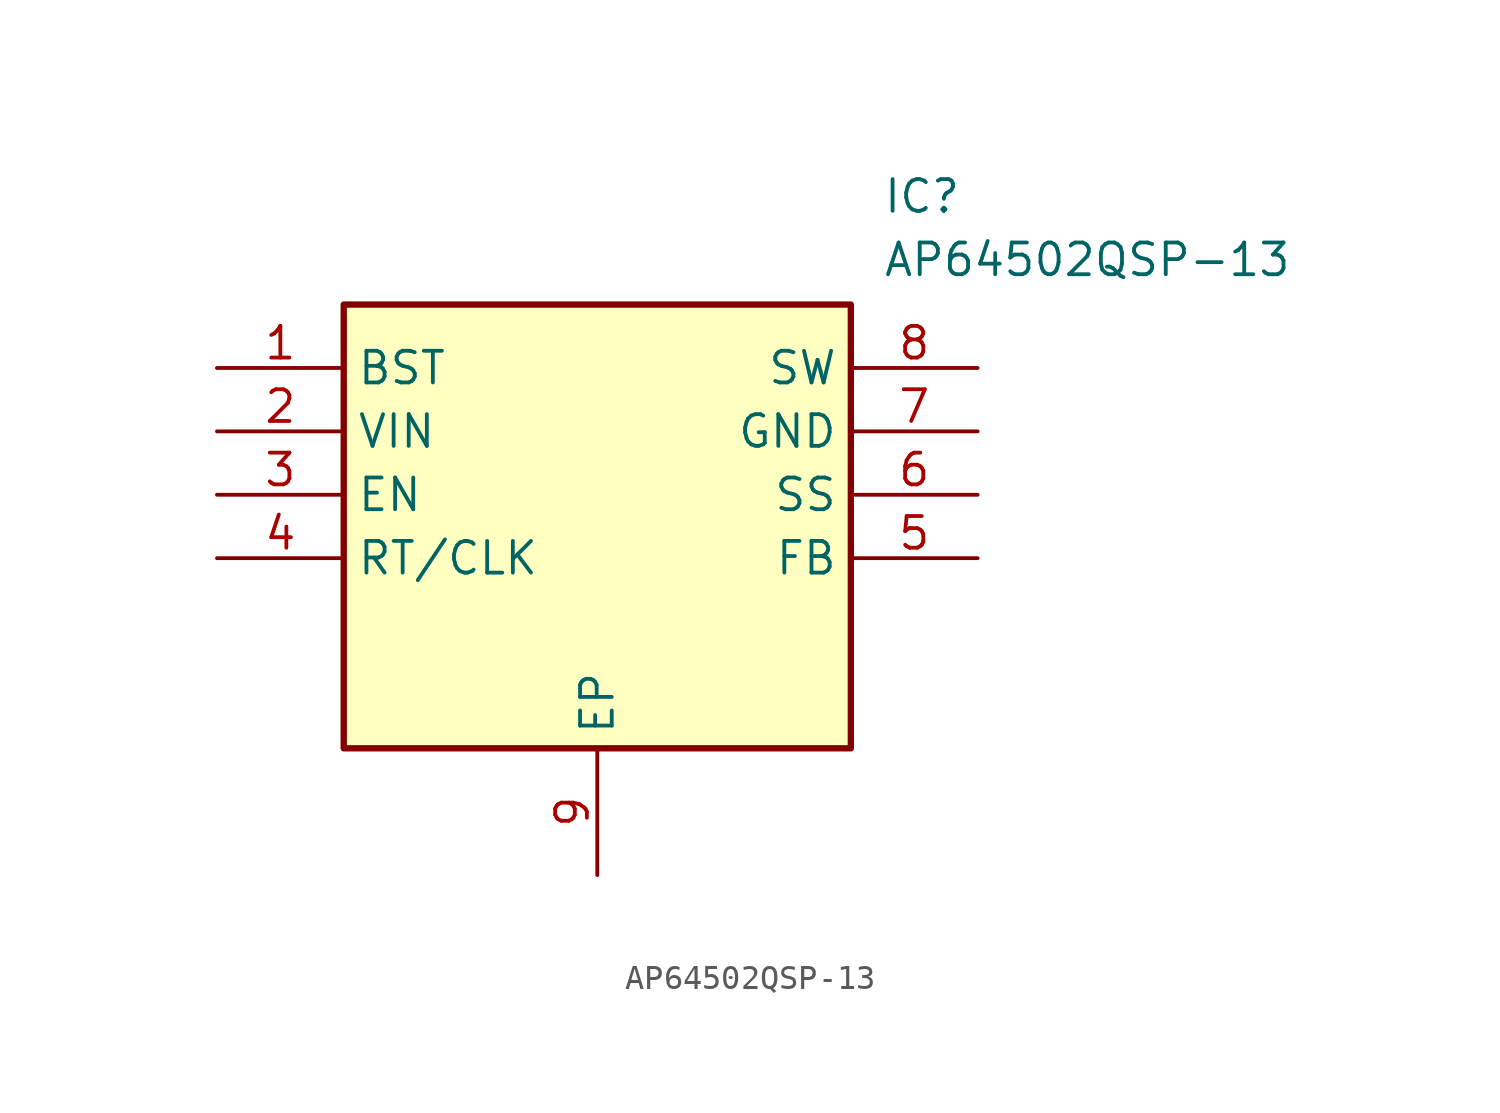
<source format=kicad_sym>
(kicad_symbol_lib
  (version 20211014)
  (generator SamacSys_ECAD_Model)
  (symbol "AP64502QSP-13"
    (property "Reference" "IC"
      (at 26.67 7.62 0)
      (effects (font (size 1.27 1.27)) (justify left top)))
    (property "Value" "AP64502QSP-13"
      (at 26.67 5.08 0)
      (effects (font (size 1.27 1.27)) (justify left top)))
    (rectangle
      (start 5.08 2.54)
      (end 25.4 -15.24)
      (stroke (width 0.254) (type default))
      (fill (type background)))
    (pin passive line
      (at 0 0 0)
      (length 5.08)
      (name "BST" (effects (font (size 1.27 1.27))))
      (number "1" (effects (font (size 1.27 1.27)))))
    (pin passive line
      (at 0 -2.54 0)
      (length 5.08)
      (name "VIN" (effects (font (size 1.27 1.27))))
      (number "2" (effects (font (size 1.27 1.27)))))
    (pin passive line
      (at 0 -5.08 0)
      (length 5.08)
      (name "EN" (effects (font (size 1.27 1.27))))
      (number "3" (effects (font (size 1.27 1.27)))))
    (pin passive line
      (at 0 -7.62 0)
      (length 5.08)
      (name "RT/CLK" (effects (font (size 1.27 1.27))))
      (number "4" (effects (font (size 1.27 1.27)))))
    (pin passive line
      (at 15.24 -20.32 90)
      (length 5.08)
      (name "EP" (effects (font (size 1.27 1.27))))
      (number "9" (effects (font (size 1.27 1.27)))))
    (pin passive line
      (at 30.48 0 180)
      (length 5.08)
      (name "SW" (effects (font (size 1.27 1.27))))
      (number "8" (effects (font (size 1.27 1.27)))))
    (pin passive line
      (at 30.48 -2.54 180)
      (length 5.08)
      (name "GND" (effects (font (size 1.27 1.27))))
      (number "7" (effects (font (size 1.27 1.27)))))
    (pin passive line
      (at 30.48 -5.08 180)
      (length 5.08)
      (name "SS" (effects (font (size 1.27 1.27))))
      (number "6" (effects (font (size 1.27 1.27)))))
    (pin passive line
      (at 30.48 -7.62 180)
      (length 5.08)
      (name "FB" (effects (font (size 1.27 1.27))))
      (number "5" (effects (font (size 1.27 1.27)))))))
</source>
